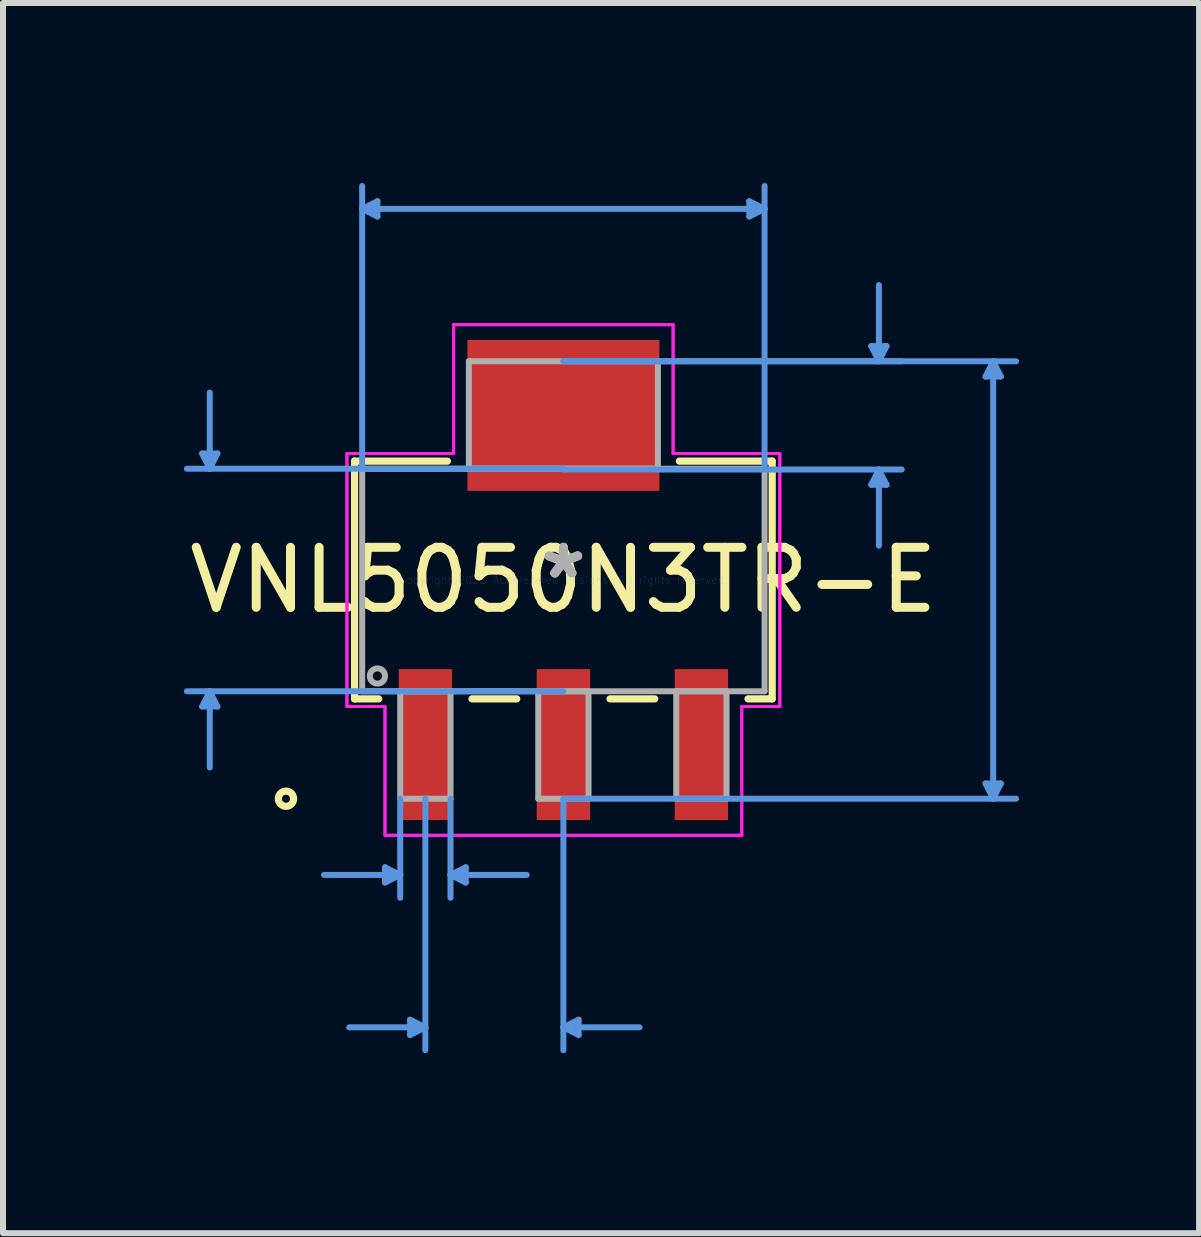
<source format=kicad_pcb>
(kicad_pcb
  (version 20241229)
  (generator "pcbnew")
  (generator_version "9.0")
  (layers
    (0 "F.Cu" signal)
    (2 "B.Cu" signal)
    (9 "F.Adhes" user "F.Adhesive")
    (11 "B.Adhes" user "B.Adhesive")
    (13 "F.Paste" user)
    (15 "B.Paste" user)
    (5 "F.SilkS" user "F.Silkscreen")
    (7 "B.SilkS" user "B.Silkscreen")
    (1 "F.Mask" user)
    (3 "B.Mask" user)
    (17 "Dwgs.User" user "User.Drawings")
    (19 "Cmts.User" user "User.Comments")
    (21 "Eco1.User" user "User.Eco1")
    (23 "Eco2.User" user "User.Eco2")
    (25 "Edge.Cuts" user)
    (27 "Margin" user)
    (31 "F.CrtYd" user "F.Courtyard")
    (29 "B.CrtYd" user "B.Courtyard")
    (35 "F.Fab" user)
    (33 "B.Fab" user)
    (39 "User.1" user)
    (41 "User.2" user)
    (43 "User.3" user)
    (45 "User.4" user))
  (footprint "VNL5050N3TR-E"
    (layer "F.Cu")
    (at 6.339 6.616)
    (property "Reference" "VNL5050N3TR-E" (at 0 0 0) (layer "F.SilkS") (effects (font (size 1 1) (thickness 0.15))))
    (attr through_hole)
    (fp_line (start -3.48 -1.981) (end -3.48 1.981) (stroke (width 0.12) (type solid)) (layer "F.SilkS"))
    (fp_line (start -3.48 1.981) (end -3.077 1.981) (stroke (width 0.12) (type solid)) (layer "F.SilkS"))
    (fp_line (start -1.933 -1.981) (end -3.48 -1.981) (stroke (width 0.12) (type solid)) (layer "F.SilkS"))
    (fp_line (start -1.523 1.981) (end -0.777 1.981) (stroke (width 0.12) (type solid)) (layer "F.SilkS"))
    (fp_line (start 0.777 1.981) (end 1.523 1.981) (stroke (width 0.12) (type solid)) (layer "F.SilkS"))
    (fp_line (start 3.077 1.981) (end 3.48 1.981) (stroke (width 0.12) (type solid)) (layer "F.SilkS"))
    (fp_line (start 3.48 -1.981) (end 1.933 -1.981) (stroke (width 0.12) (type solid)) (layer "F.SilkS"))
    (fp_line (start 3.48 1.981) (end 3.48 -1.981) (stroke (width 0.12) (type solid)) (layer "F.SilkS"))
    (fp_circle (center -4.623 3.645) (end -4.496 3.645) (stroke (width 0.12) (type solid)) (fill no) (layer "F.SilkS"))
    (fp_line (start -6.02 -2.108) (end -5.766 -2.108) (stroke (width 0.1) (type solid)) (layer "Cmts.User"))
    (fp_line (start -6.02 2.108) (end -5.766 2.108) (stroke (width 0.1) (type solid)) (layer "Cmts.User"))
    (fp_line (start -5.893 -1.854) (end -6.02 -2.108) (stroke (width 0.1) (type solid)) (layer "Cmts.User"))
    (fp_line (start -5.893 -1.854) (end -5.893 -3.124) (stroke (width 0.1) (type solid)) (layer "Cmts.User"))
    (fp_line (start -5.893 -1.854) (end -5.766 -2.108) (stroke (width 0.1) (type solid)) (layer "Cmts.User"))
    (fp_line (start -5.893 1.854) (end -6.02 2.108) (stroke (width 0.1) (type solid)) (layer "Cmts.User"))
    (fp_line (start -5.893 1.854) (end -5.893 3.124) (stroke (width 0.1) (type solid)) (layer "Cmts.User"))
    (fp_line (start -5.893 1.854) (end -5.766 2.108) (stroke (width 0.1) (type solid)) (layer "Cmts.User"))
    (fp_line (start -3.353 -6.185) (end -3.099 -6.312) (stroke (width 0.1) (type solid)) (layer "Cmts.User"))
    (fp_line (start -3.353 -6.185) (end -3.099 -6.058) (stroke (width 0.1) (type solid)) (layer "Cmts.User"))
    (fp_line (start -3.353 -6.185) (end 3.353 -6.185) (stroke (width 0.1) (type solid)) (layer "Cmts.User"))
    (fp_line (start -3.353 -1.854) (end -3.353 -6.566) (stroke (width 0.1) (type solid)) (layer "Cmts.User"))
    (fp_line (start -3.099 -6.312) (end -3.099 -6.058) (stroke (width 0.1) (type solid)) (layer "Cmts.User"))
    (fp_line (start -2.973 4.788) (end -2.973 5.042) (stroke (width 0.1) (type solid)) (layer "Cmts.User"))
    (fp_line (start -2.719 3.645) (end -2.719 5.296) (stroke (width 0.1) (type solid)) (layer "Cmts.User"))
    (fp_line (start -2.719 4.915) (end -3.989 4.915) (stroke (width 0.1) (type solid)) (layer "Cmts.User"))
    (fp_line (start -2.719 4.915) (end -2.973 4.788) (stroke (width 0.1) (type solid)) (layer "Cmts.User"))
    (fp_line (start -2.719 4.915) (end -2.973 5.042) (stroke (width 0.1) (type solid)) (layer "Cmts.User"))
    (fp_line (start -2.554 7.328) (end -2.554 7.582) (stroke (width 0.1) (type solid)) (layer "Cmts.User"))
    (fp_line (start -2.3 3.645) (end -2.3 7.836) (stroke (width 0.1) (type solid)) (layer "Cmts.User"))
    (fp_line (start -2.3 7.455) (end -3.57 7.455) (stroke (width 0.1) (type solid)) (layer "Cmts.User"))
    (fp_line (start -2.3 7.455) (end -2.554 7.328) (stroke (width 0.1) (type solid)) (layer "Cmts.User"))
    (fp_line (start -2.3 7.455) (end -2.554 7.582) (stroke (width 0.1) (type solid)) (layer "Cmts.User"))
    (fp_line (start -1.881 3.645) (end -1.881 5.296) (stroke (width 0.1) (type solid)) (layer "Cmts.User"))
    (fp_line (start -1.881 4.915) (end -1.627 4.788) (stroke (width 0.1) (type solid)) (layer "Cmts.User"))
    (fp_line (start -1.881 4.915) (end -1.627 5.042) (stroke (width 0.1) (type solid)) (layer "Cmts.User"))
    (fp_line (start -1.881 4.915) (end -0.611 4.915) (stroke (width 0.1) (type solid)) (layer "Cmts.User"))
    (fp_line (start -1.627 4.788) (end -1.627 5.042) (stroke (width 0.1) (type solid)) (layer "Cmts.User"))
    (fp_line (start 0 -3.645) (end 5.639 -3.645) (stroke (width 0.1) (type solid)) (layer "Cmts.User"))
    (fp_line (start 0 -3.645) (end 7.544 -3.645) (stroke (width 0.1) (type solid)) (layer "Cmts.User"))
    (fp_line (start 0 -1.854) (end -6.274 -1.854) (stroke (width 0.1) (type solid)) (layer "Cmts.User"))
    (fp_line (start 0 -1.841) (end 5.639 -1.841) (stroke (width 0.1) (type solid)) (layer "Cmts.User"))
    (fp_line (start 0 1.854) (end -6.274 1.854) (stroke (width 0.1) (type solid)) (layer "Cmts.User"))
    (fp_line (start 0 3.645) (end 0 7.836) (stroke (width 0.1) (type solid)) (layer "Cmts.User"))
    (fp_line (start 0 3.645) (end 7.544 3.645) (stroke (width 0.1) (type solid)) (layer "Cmts.User"))
    (fp_line (start 0 7.455) (end 0.254 7.328) (stroke (width 0.1) (type solid)) (layer "Cmts.User"))
    (fp_line (start 0 7.455) (end 0.254 7.582) (stroke (width 0.1) (type solid)) (layer "Cmts.User"))
    (fp_line (start 0 7.455) (end 1.27 7.455) (stroke (width 0.1) (type solid)) (layer "Cmts.User"))
    (fp_line (start 0.254 7.328) (end 0.254 7.582) (stroke (width 0.1) (type solid)) (layer "Cmts.User"))
    (fp_line (start 3.099 -6.312) (end 3.099 -6.058) (stroke (width 0.1) (type solid)) (layer "Cmts.User"))
    (fp_line (start 3.353 -6.185) (end 3.099 -6.312) (stroke (width 0.1) (type solid)) (layer "Cmts.User"))
    (fp_line (start 3.353 -6.185) (end 3.099 -6.058) (stroke (width 0.1) (type solid)) (layer "Cmts.User"))
    (fp_line (start 3.353 -1.854) (end 3.353 -6.566) (stroke (width 0.1) (type solid)) (layer "Cmts.User"))
    (fp_line (start 5.131 -3.899) (end 5.385 -3.899) (stroke (width 0.1) (type solid)) (layer "Cmts.User"))
    (fp_line (start 5.131 -1.587) (end 5.385 -1.587) (stroke (width 0.1) (type solid)) (layer "Cmts.User"))
    (fp_line (start 5.258 -3.645) (end 5.131 -3.899) (stroke (width 0.1) (type solid)) (layer "Cmts.User"))
    (fp_line (start 5.258 -3.645) (end 5.258 -4.915) (stroke (width 0.1) (type solid)) (layer "Cmts.User"))
    (fp_line (start 5.258 -3.645) (end 5.385 -3.899) (stroke (width 0.1) (type solid)) (layer "Cmts.User"))
    (fp_line (start 5.258 -1.841) (end 5.131 -1.587) (stroke (width 0.1) (type solid)) (layer "Cmts.User"))
    (fp_line (start 5.258 -1.841) (end 5.258 -0.572) (stroke (width 0.1) (type solid)) (layer "Cmts.User"))
    (fp_line (start 5.258 -1.841) (end 5.385 -1.587) (stroke (width 0.1) (type solid)) (layer "Cmts.User"))
    (fp_line (start 7.036 -3.391) (end 7.29 -3.391) (stroke (width 0.1) (type solid)) (layer "Cmts.User"))
    (fp_line (start 7.036 3.391) (end 7.29 3.391) (stroke (width 0.1) (type solid)) (layer "Cmts.User"))
    (fp_line (start 7.163 -3.645) (end 7.036 -3.391) (stroke (width 0.1) (type solid)) (layer "Cmts.User"))
    (fp_line (start 7.163 -3.645) (end 7.163 3.645) (stroke (width 0.1) (type solid)) (layer "Cmts.User"))
    (fp_line (start 7.163 -3.645) (end 7.29 -3.391) (stroke (width 0.1) (type solid)) (layer "Cmts.User"))
    (fp_line (start 7.163 3.645) (end 7.036 3.391) (stroke (width 0.1) (type solid)) (layer "Cmts.User"))
    (fp_line (start 7.163 3.645) (end 7.29 3.391) (stroke (width 0.1) (type solid)) (layer "Cmts.User"))
    (fp_line (start -3.607 -2.108) (end -1.829 -2.108) (stroke (width 0.05) (type solid)) (layer "F.CrtYd"))
    (fp_line (start -3.607 -2.108) (end -1.829 -2.108) (stroke (width 0.05) (type solid)) (layer "F.CrtYd"))
    (fp_line (start -3.607 2.108) (end -3.607 -2.108) (stroke (width 0.05) (type solid)) (layer "F.CrtYd"))
    (fp_line (start -3.607 2.108) (end -3.607 -2.108) (stroke (width 0.05) (type solid)) (layer "F.CrtYd"))
    (fp_line (start -2.973 2.108) (end -3.607 2.108) (stroke (width 0.05) (type solid)) (layer "F.CrtYd"))
    (fp_line (start -2.973 2.108) (end -3.607 2.108) (stroke (width 0.05) (type solid)) (layer "F.CrtYd"))
    (fp_line (start -2.973 4.255) (end -2.973 2.108) (stroke (width 0.05) (type solid)) (layer "F.CrtYd"))
    (fp_line (start -2.973 4.255) (end -2.973 2.108) (stroke (width 0.05) (type solid)) (layer "F.CrtYd"))
    (fp_line (start -1.829 -4.255) (end 1.829 -4.255) (stroke (width 0.05) (type solid)) (layer "F.CrtYd"))
    (fp_line (start -1.829 -4.255) (end 1.829 -4.255) (stroke (width 0.05) (type solid)) (layer "F.CrtYd"))
    (fp_line (start -1.829 -2.108) (end -1.829 -4.255) (stroke (width 0.05) (type solid)) (layer "F.CrtYd"))
    (fp_line (start -1.829 -2.108) (end -1.829 -4.255) (stroke (width 0.05) (type solid)) (layer "F.CrtYd"))
    (fp_line (start 1.829 -4.255) (end 1.829 -2.108) (stroke (width 0.05) (type solid)) (layer "F.CrtYd"))
    (fp_line (start 1.829 -4.255) (end 1.829 -2.108) (stroke (width 0.05) (type solid)) (layer "F.CrtYd"))
    (fp_line (start 1.829 -2.108) (end 3.607 -2.108) (stroke (width 0.05) (type solid)) (layer "F.CrtYd"))
    (fp_line (start 1.829 -2.108) (end 3.607 -2.108) (stroke (width 0.05) (type solid)) (layer "F.CrtYd"))
    (fp_line (start 2.973 2.108) (end 2.973 4.255) (stroke (width 0.05) (type solid)) (layer "F.CrtYd"))
    (fp_line (start 2.973 2.108) (end 2.973 4.255) (stroke (width 0.05) (type solid)) (layer "F.CrtYd"))
    (fp_line (start 2.973 4.255) (end -2.973 4.255) (stroke (width 0.05) (type solid)) (layer "F.CrtYd"))
    (fp_line (start 2.973 4.255) (end -2.973 4.255) (stroke (width 0.05) (type solid)) (layer "F.CrtYd"))
    (fp_line (start 3.607 -2.108) (end 3.607 2.108) (stroke (width 0.05) (type solid)) (layer "F.CrtYd"))
    (fp_line (start 3.607 -2.108) (end 3.607 2.108) (stroke (width 0.05) (type solid)) (layer "F.CrtYd"))
    (fp_line (start 3.607 2.108) (end 2.973 2.108) (stroke (width 0.05) (type solid)) (layer "F.CrtYd"))
    (fp_line (start 3.607 2.108) (end 2.973 2.108) (stroke (width 0.05) (type solid)) (layer "F.CrtYd"))
    (fp_line (start -3.353 -1.854) (end -3.353 1.854) (stroke (width 0.1) (type solid)) (layer "F.Fab"))
    (fp_line (start -3.353 1.854) (end 3.353 1.854) (stroke (width 0.1) (type solid)) (layer "F.Fab"))
    (fp_line (start -2.719 1.854) (end -2.719 3.645) (stroke (width 0.1) (type solid)) (layer "F.Fab"))
    (fp_line (start -2.719 3.645) (end -1.881 3.645) (stroke (width 0.1) (type solid)) (layer "F.Fab"))
    (fp_line (start -1.881 1.854) (end -2.719 1.854) (stroke (width 0.1) (type solid)) (layer "F.Fab"))
    (fp_line (start -1.881 3.645) (end -1.881 1.854) (stroke (width 0.1) (type solid)) (layer "F.Fab"))
    (fp_line (start -1.575 -3.645) (end -1.575 -1.854) (stroke (width 0.1) (type solid)) (layer "F.Fab"))
    (fp_line (start -1.575 -1.854) (end 1.575 -1.854) (stroke (width 0.1) (type solid)) (layer "F.Fab"))
    (fp_line (start -0.419 1.854) (end -0.419 3.645) (stroke (width 0.1) (type solid)) (layer "F.Fab"))
    (fp_line (start -0.419 3.645) (end 0.419 3.645) (stroke (width 0.1) (type solid)) (layer "F.Fab"))
    (fp_line (start 0.419 1.854) (end -0.419 1.854) (stroke (width 0.1) (type solid)) (layer "F.Fab"))
    (fp_line (start 0.419 3.645) (end 0.419 1.854) (stroke (width 0.1) (type solid)) (layer "F.Fab"))
    (fp_line (start 1.575 -3.645) (end -1.575 -3.645) (stroke (width 0.1) (type solid)) (layer "F.Fab"))
    (fp_line (start 1.575 -1.854) (end 1.575 -3.645) (stroke (width 0.1) (type solid)) (layer "F.Fab"))
    (fp_line (start 1.881 1.854) (end 1.881 3.645) (stroke (width 0.1) (type solid)) (layer "F.Fab"))
    (fp_line (start 1.881 3.645) (end 2.719 3.645) (stroke (width 0.1) (type solid)) (layer "F.Fab"))
    (fp_line (start 2.719 1.854) (end 1.881 1.854) (stroke (width 0.1) (type solid)) (layer "F.Fab"))
    (fp_line (start 2.719 3.645) (end 2.719 1.854) (stroke (width 0.1) (type solid)) (layer "F.Fab"))
    (fp_line (start 3.353 -1.854) (end -3.353 -1.854) (stroke (width 0.1) (type solid)) (layer "F.Fab"))
    (fp_line (start 3.353 1.854) (end 3.353 -1.854) (stroke (width 0.1) (type solid)) (layer "F.Fab"))
    (fp_circle (center -3.099 1.6) (end -2.972 1.6) (stroke (width 0.1) (type solid)) (fill no) (layer "F.Fab"))
    (fp_text user "*" (at 0 0 0) (layer "F.SilkS") (effects (font (size 1 1) (thickness 0.15))))
    (fp_text user "Copyright 2021 Accelerated Designs. All rights reserved." (at 0 0 0) (layer "Cmts.User") (effects (font (size 0.127 0.127) (thickness 0.002))))
    (fp_text user "*" (at 0 0 0) (layer "F.Fab") (effects (font (size 1 1) (thickness 0.15))))
    (pad "1" smd rect (at -2.3 2.743) (size 0.889 2.515) (layers "F.Cu" "F.Mask" "F.Paste"))
    (pad "2" smd rect (at 0 2.743) (size 0.889 2.515) (layers "F.Cu" "F.Mask" "F.Paste"))
    (pad "3" smd rect (at 2.3 2.743) (size 0.889 2.515) (layers "F.Cu" "F.Mask" "F.Paste"))
    (pad "4" smd rect (at 0 -2.743) (size 3.2 2.515) (layers "F.Cu" "F.Mask" "F.Paste")))
  (gr_rect
    (start -3 -3)
    (end 16.933 17.502)
    (stroke (width 0.1) (type default))
    (fill no)
    (layer "Edge.Cuts")))
</source>
